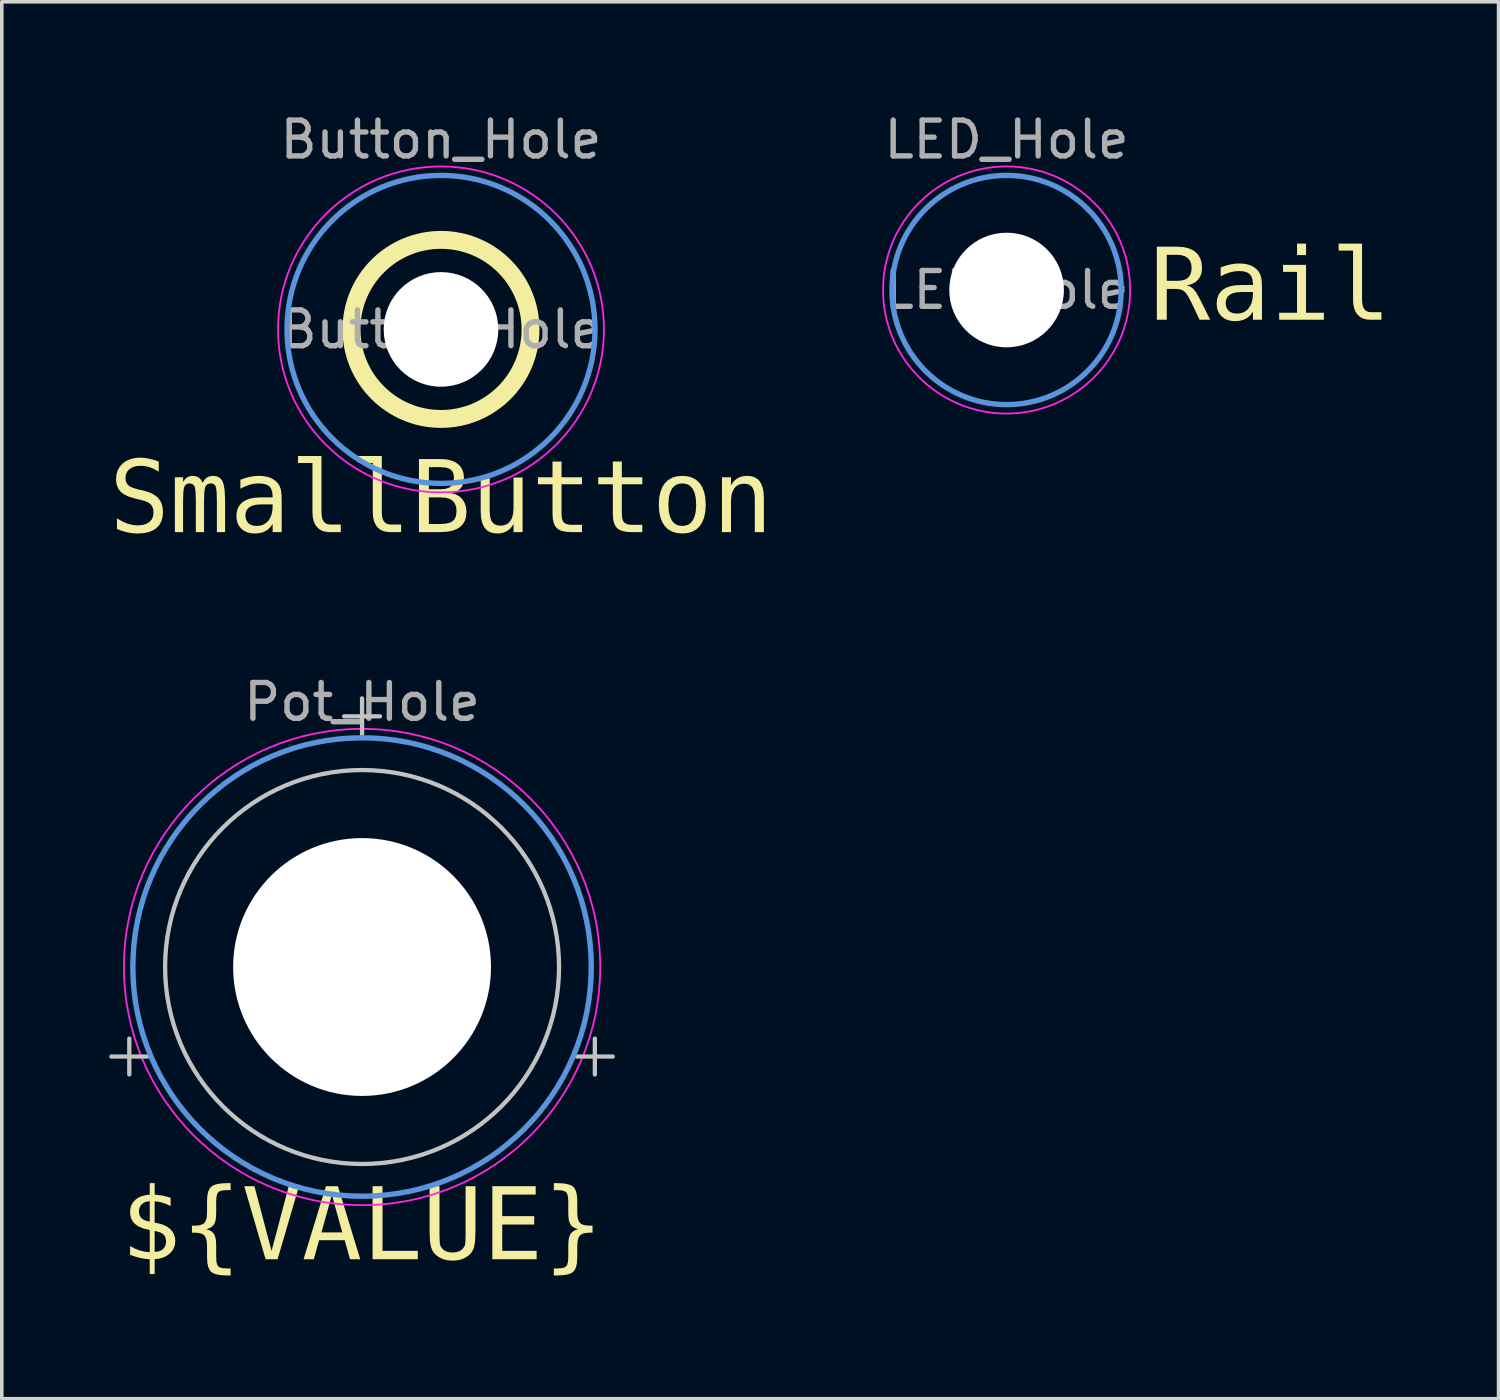
<source format=kicad_pcb>
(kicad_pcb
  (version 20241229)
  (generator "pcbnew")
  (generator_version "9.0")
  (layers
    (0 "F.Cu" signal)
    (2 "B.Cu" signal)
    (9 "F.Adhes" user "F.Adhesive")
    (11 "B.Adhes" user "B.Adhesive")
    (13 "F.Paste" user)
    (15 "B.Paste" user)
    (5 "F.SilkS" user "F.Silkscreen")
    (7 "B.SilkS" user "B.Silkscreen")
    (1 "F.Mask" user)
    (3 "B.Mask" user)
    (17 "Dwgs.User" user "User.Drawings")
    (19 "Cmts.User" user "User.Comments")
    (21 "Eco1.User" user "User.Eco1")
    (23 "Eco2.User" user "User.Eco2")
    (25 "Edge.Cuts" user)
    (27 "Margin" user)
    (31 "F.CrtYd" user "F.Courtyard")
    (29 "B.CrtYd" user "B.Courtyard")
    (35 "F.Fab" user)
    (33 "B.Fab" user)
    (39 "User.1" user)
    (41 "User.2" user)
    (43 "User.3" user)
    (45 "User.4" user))
  (footprint "LED_Hole"
    (layer "F.Cu")
    (at 25.057 5.048)
    (property "Reference" "LED_Hole" (at 0 -4.2 0) (layer "F.Fab") (effects (font (size 1 1) (thickness 0.15))))
    (property "Value" "Rail" (at 0 4.2 0) (layer "F.Fab") (hide yes) (effects (font (size 1 1) (thickness 0.15))))
    (attr exclude_from_pos_files)
    (fp_circle (center 0 0) (end 3.2 0) (stroke (width 0.15) (type solid)) (fill no) (layer "Cmts.User"))
    (fp_circle (center 0 0) (end 3.45 0) (stroke (width 0.05) (type solid)) (fill no) (layer "F.CrtYd"))
    (fp_text user "${VALUE}" (at 4 0 0) (unlocked yes) (layer "F.SilkS") (effects (font (face "Consolas") (size 2 2) (thickness 0.15)) (justify left)))
    (fp_text user "${REFERENCE}" (at 0 0 0) (layer "F.Fab") (effects (font (size 1 1) (thickness 0.15))))
    (pad "" np_thru_hole circle (at 0 0) (size 3.2 3.2) (drill 3.2) (layers "*.Cu" "*.Mask")))
  (footprint "Button_Hole"
    (layer "F.Cu")
    (at 9.264 6.148)
    (property "Reference" "Button_Hole" (at 0 -5.3 0) (layer "F.Fab") (effects (font (size 1 1) (thickness 0.15))))
    (property "Value" "SmallButton" (at 0 5.3 0) (layer "F.Fab") (hide yes) (effects (font (size 1 1) (thickness 0.15))))
    (attr exclude_from_pos_files)
    (fp_circle (center 0 0) (end 2.5 0) (stroke (width 0.5) (type solid)) (fill no) (layer "F.SilkS"))
    (fp_circle (center 0 0) (end 4.3 0) (stroke (width 0.15) (type solid)) (fill no) (layer "Cmts.User"))
    (fp_circle (center 0 0) (end 4.55 0) (stroke (width 0.05) (type solid)) (fill no) (layer "F.CrtYd"))
    (fp_text user "${VALUE}" (at 0 6 0) (unlocked yes) (layer "F.SilkS") (effects (font (face "Consolas") (size 2 2) (thickness 0.15)) (justify bottom)))
    (fp_text user "${REFERENCE}" (at 0 0 0) (layer "F.Fab") (effects (font (size 1 1) (thickness 0.15))))
    (pad "" np_thru_hole circle (at 0 0) (size 3.2 3.2) (drill 3.2) (layers "*.Cu" "*.Mask")))
  (footprint "Pot_Hole"
    (layer "F.Cu")
    (at 7.06 23.952)
    (property "Reference" "Pot_Hole" (at 0 -7.4 0) (layer "F.Fab") (effects (font (size 1 1) (thickness 0.15))))
    (property "Value" "${VALUE}" (at 0 7.4 0) (layer "F.Fab") (hide yes) (effects (font (size 1 1) (thickness 0.15))))
    (attr exclude_from_pos_files)
    (fp_line (start -7 2.5) (end -6 2.5) (stroke (width 0.12) (type default)) (layer "Dwgs.User"))
    (fp_line (start -6.5 3) (end -6.5 2) (stroke (width 0.12) (type default)) (layer "Dwgs.User"))
    (fp_line (start -0.5 -7) (end 0.5 -7) (stroke (width 0.12) (type default)) (layer "Dwgs.User"))
    (fp_line (start 0 -6.5) (end 0 -7.5) (stroke (width 0.12) (type default)) (layer "Dwgs.User"))
    (fp_line (start 6 2.5) (end 7 2.5) (stroke (width 0.12) (type default)) (layer "Dwgs.User"))
    (fp_line (start 6.5 3) (end 6.5 2) (stroke (width 0.12) (type default)) (layer "Dwgs.User"))
    (fp_circle (center 0 0) (end 0 -5.5) (stroke (width 0.12) (type default)) (fill no) (layer "Dwgs.User"))
    (fp_circle (center 0 0) (end 6.4 0) (stroke (width 0.15) (type solid)) (fill no) (layer "Cmts.User"))
    (fp_circle (center 0 0) (end 6.65 0) (stroke (width 0.05) (type solid)) (fill no) (layer "F.CrtYd"))
    (fp_text user "${VALUE}" (at 0 8.5 0) (unlocked yes) (layer "F.SilkS") (effects (font (face "Consolas") (size 2 2) (thickness 0.15)) (justify bottom)))
    (fp_text user "${REFERENCE}" (at 0 0 0) (layer "F.Fab") (effects (font (size 1 1) (thickness 0.15))))
    (pad "" np_thru_hole circle (at 0 0) (size 7.2 7.2) (drill 7.2) (layers "*.Cu" "*.Mask")))
  (gr_rect
    (start -3 -3)
    (end 38.794 36.007)
    (stroke (width 0.1) (type default))
    (fill no)
    (layer "Edge.Cuts")))
</source>
